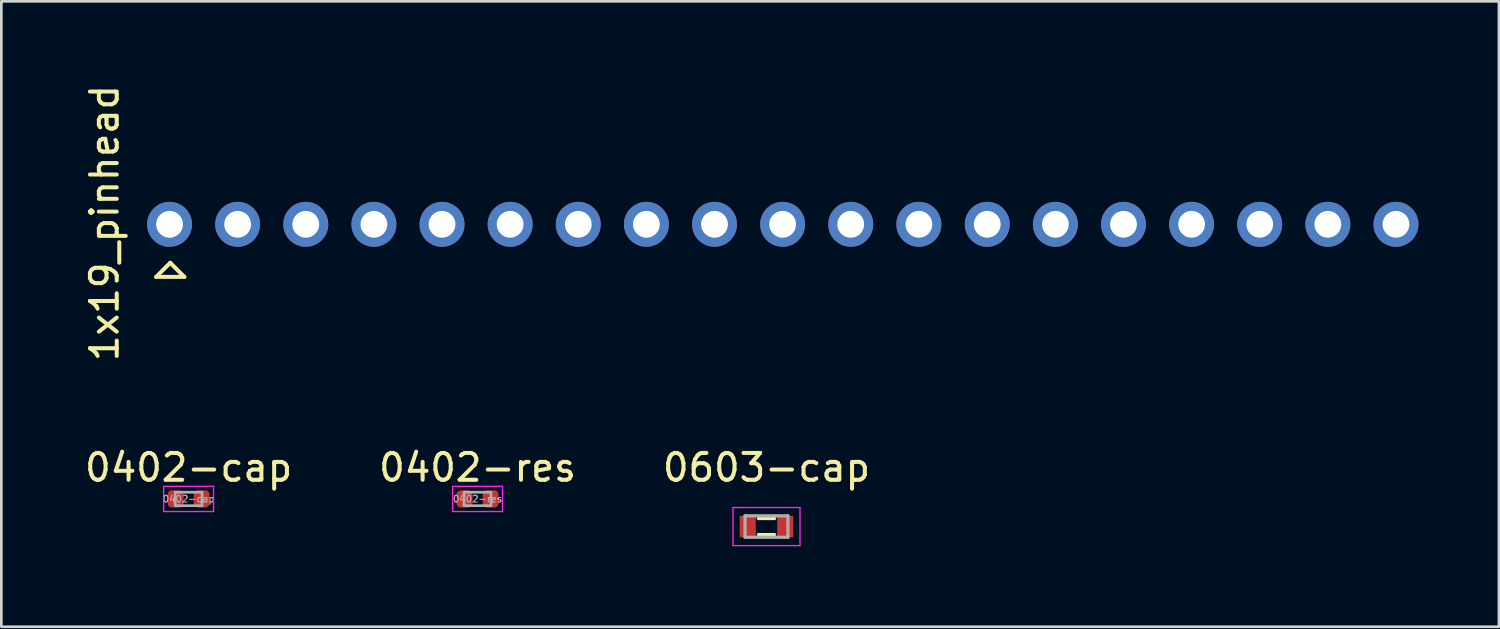
<source format=kicad_pcb>
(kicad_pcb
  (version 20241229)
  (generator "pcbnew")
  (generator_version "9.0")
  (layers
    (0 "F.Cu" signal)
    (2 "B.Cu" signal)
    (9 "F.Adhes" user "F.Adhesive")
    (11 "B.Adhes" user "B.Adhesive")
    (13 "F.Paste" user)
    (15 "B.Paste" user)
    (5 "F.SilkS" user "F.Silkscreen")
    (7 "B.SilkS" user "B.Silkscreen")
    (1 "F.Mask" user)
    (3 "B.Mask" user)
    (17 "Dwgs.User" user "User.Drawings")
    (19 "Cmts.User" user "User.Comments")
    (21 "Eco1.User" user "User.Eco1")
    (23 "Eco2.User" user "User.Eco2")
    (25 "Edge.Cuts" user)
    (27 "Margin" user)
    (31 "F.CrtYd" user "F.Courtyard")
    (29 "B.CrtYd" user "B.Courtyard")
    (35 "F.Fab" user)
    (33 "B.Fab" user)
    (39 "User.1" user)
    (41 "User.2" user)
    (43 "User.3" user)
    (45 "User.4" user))
  (footprint "1x19_pinhead"
    (layer "F.Cu")
    (at 3.258 5.338)
    (property "Reference" "1x19_pinhead" (at -2.41 -0.07 90) (layer "F.SilkS") (effects (font (size 1 1) (thickness 0.15))))
    (attr through_hole)
    (fp_line (start -0.486 1.936) (end 0.564 1.936) (stroke (width 0.15) (type solid)) (layer "F.SilkS"))
    (fp_line (start 0.039 1.411) (end -0.486 1.936) (stroke (width 0.15) (type solid)) (layer "F.SilkS"))
    (fp_line (start 0.564 1.936) (end 0.039 1.411) (stroke (width 0.15) (type solid)) (layer "F.SilkS"))
    (fp_poly (pts (xy -0.24 0.23) (xy 0.268 0.23) (xy 0.268 -0.278) (xy -0.24 -0.278)) (stroke (width 0.1) (type solid)) (fill no) (layer "F.Fab"))
    (fp_poly (pts (xy 2.3 0.23) (xy 2.808 0.23) (xy 2.808 -0.278) (xy 2.3 -0.278)) (stroke (width 0.1) (type solid)) (fill no) (layer "F.Fab"))
    (fp_poly (pts (xy 4.84 0.23) (xy 5.348 0.23) (xy 5.348 -0.278) (xy 4.84 -0.278)) (stroke (width 0.1) (type solid)) (fill no) (layer "F.Fab"))
    (fp_poly (pts (xy 7.38 0.23) (xy 7.888 0.23) (xy 7.888 -0.278) (xy 7.38 -0.278)) (stroke (width 0.1) (type solid)) (fill no) (layer "F.Fab"))
    (fp_poly (pts (xy 9.92 0.23) (xy 10.428 0.23) (xy 10.428 -0.278) (xy 9.92 -0.278)) (stroke (width 0.1) (type solid)) (fill no) (layer "F.Fab"))
    (fp_poly (pts (xy 12.46 0.23) (xy 12.968 0.23) (xy 12.968 -0.278) (xy 12.46 -0.278)) (stroke (width 0.1) (type solid)) (fill no) (layer "F.Fab"))
    (fp_poly (pts (xy 15 0.23) (xy 15.508 0.23) (xy 15.508 -0.278) (xy 15 -0.278)) (stroke (width 0.1) (type solid)) (fill no) (layer "F.Fab"))
    (fp_poly (pts (xy 17.54 0.23) (xy 18.048 0.23) (xy 18.048 -0.278) (xy 17.54 -0.278)) (stroke (width 0.1) (type solid)) (fill no) (layer "F.Fab"))
    (fp_poly (pts (xy 20.08 0.23) (xy 20.588 0.23) (xy 20.588 -0.278) (xy 20.08 -0.278)) (stroke (width 0.1) (type solid)) (fill no) (layer "F.Fab"))
    (fp_poly (pts (xy 22.62 0.23) (xy 23.128 0.23) (xy 23.128 -0.278) (xy 22.62 -0.278)) (stroke (width 0.1) (type solid)) (fill no) (layer "F.Fab"))
    (fp_poly (pts (xy 25.16 0.23) (xy 25.668 0.23) (xy 25.668 -0.278) (xy 25.16 -0.278)) (stroke (width 0.1) (type solid)) (fill no) (layer "F.Fab"))
    (fp_poly (pts (xy 27.7 0.23) (xy 28.208 0.23) (xy 28.208 -0.278) (xy 27.7 -0.278)) (stroke (width 0.1) (type solid)) (fill no) (layer "F.Fab"))
    (fp_poly (pts (xy 30.25 0.23) (xy 30.758 0.23) (xy 30.758 -0.278) (xy 30.25 -0.278)) (stroke (width 0.1) (type solid)) (fill no) (layer "F.Fab"))
    (fp_poly (pts (xy 32.79 0.23) (xy 33.298 0.23) (xy 33.298 -0.278) (xy 32.79 -0.278)) (stroke (width 0.1) (type solid)) (fill no) (layer "F.Fab"))
    (fp_poly (pts (xy 35.33 0.23) (xy 35.838 0.23) (xy 35.838 -0.278) (xy 35.33 -0.278)) (stroke (width 0.1) (type solid)) (fill no) (layer "F.Fab"))
    (fp_poly (pts (xy 37.87 0.23) (xy 38.378 0.23) (xy 38.378 -0.278) (xy 37.87 -0.278)) (stroke (width 0.1) (type solid)) (fill no) (layer "F.Fab"))
    (fp_poly (pts (xy 40.41 0.23) (xy 40.918 0.23) (xy 40.918 -0.278) (xy 40.41 -0.278)) (stroke (width 0.1) (type solid)) (fill no) (layer "F.Fab"))
    (fp_poly (pts (xy 42.95 0.23) (xy 43.458 0.23) (xy 43.458 -0.278) (xy 42.95 -0.278)) (stroke (width 0.1) (type solid)) (fill no) (layer "F.Fab"))
    (fp_poly (pts (xy 45.49 0.23) (xy 45.998 0.23) (xy 45.998 -0.278) (xy 45.49 -0.278)) (stroke (width 0.1) (type solid)) (fill no) (layer "F.Fab"))
    (pad "1" thru_hole circle (at 0.014 -0.024 90) (size 1.676 1.676) (drill 1) (layers "*.Cu" "*.Mask"))
    (pad "2" thru_hole circle (at 2.554 -0.024 90) (size 1.676 1.676) (drill 1) (layers "*.Cu" "*.Mask"))
    (pad "3" thru_hole circle (at 5.094 -0.024 90) (size 1.676 1.676) (drill 1) (layers "*.Cu" "*.Mask"))
    (pad "4" thru_hole circle (at 7.634 -0.024 90) (size 1.676 1.676) (drill 1) (layers "*.Cu" "*.Mask"))
    (pad "5" thru_hole circle (at 10.174 -0.024 90) (size 1.676 1.676) (drill 1) (layers "*.Cu" "*.Mask"))
    (pad "6" thru_hole circle (at 12.714 -0.024 90) (size 1.676 1.676) (drill 1) (layers "*.Cu" "*.Mask"))
    (pad "7" thru_hole circle (at 15.254 -0.024 90) (size 1.676 1.676) (drill 1) (layers "*.Cu" "*.Mask"))
    (pad "8" thru_hole circle (at 17.794 -0.024 90) (size 1.676 1.676) (drill 1) (layers "*.Cu" "*.Mask"))
    (pad "9" thru_hole circle (at 20.334 -0.024 90) (size 1.676 1.676) (drill 1) (layers "*.Cu" "*.Mask"))
    (pad "10" thru_hole circle (at 22.874 -0.024 90) (size 1.676 1.676) (drill 1) (layers "*.Cu" "*.Mask"))
    (pad "11" thru_hole circle (at 25.414 -0.024 90) (size 1.676 1.676) (drill 1) (layers "*.Cu" "*.Mask"))
    (pad "12" thru_hole circle (at 27.954 -0.024 90) (size 1.676 1.676) (drill 1) (layers "*.Cu" "*.Mask"))
    (pad "13" thru_hole circle (at 30.504 -0.024 90) (size 1.676 1.676) (drill 1) (layers "*.Cu" "*.Mask"))
    (pad "14" thru_hole circle (at 33.044 -0.024 90) (size 1.676 1.676) (drill 1) (layers "*.Cu" "*.Mask"))
    (pad "15" thru_hole circle (at 35.584 -0.024 90) (size 1.676 1.676) (drill 1) (layers "*.Cu" "*.Mask"))
    (pad "16" thru_hole circle (at 38.124 -0.024 90) (size 1.676 1.676) (drill 1) (layers "*.Cu" "*.Mask"))
    (pad "17" thru_hole circle (at 40.664 -0.024 90) (size 1.676 1.676) (drill 1) (layers "*.Cu" "*.Mask"))
    (pad "18" thru_hole circle (at 43.204 -0.024 90) (size 1.676 1.676) (drill 1) (layers "*.Cu" "*.Mask"))
    (pad "19" thru_hole circle (at 45.744 -0.024 90) (size 1.676 1.676) (drill 1) (layers "*.Cu" "*.Mask")))
  (footprint "0402-cap"
    (layer "F.Cu")
    (at 3.982 15.554)
    (property "Reference" "0402-cap" (at 0 -1.17 0) (layer "F.SilkS") (effects (font (size 1 1) (thickness 0.15))))
    (attr smd)
    (fp_line (start -0.93 -0.47) (end 0.93 -0.47) (stroke (width 0.05) (type solid)) (layer "F.CrtYd"))
    (fp_line (start -0.93 0.47) (end -0.93 -0.47) (stroke (width 0.05) (type solid)) (layer "F.CrtYd"))
    (fp_line (start 0.93 -0.47) (end 0.93 0.47) (stroke (width 0.05) (type solid)) (layer "F.CrtYd"))
    (fp_line (start 0.93 0.47) (end -0.93 0.47) (stroke (width 0.05) (type solid)) (layer "F.CrtYd"))
    (fp_line (start -0.5 -0.25) (end 0.5 -0.25) (stroke (width 0.1) (type solid)) (layer "F.Fab"))
    (fp_line (start -0.5 0.25) (end -0.5 -0.25) (stroke (width 0.1) (type solid)) (layer "F.Fab"))
    (fp_line (start 0.5 -0.25) (end 0.5 0.25) (stroke (width 0.1) (type solid)) (layer "F.Fab"))
    (fp_line (start 0.5 0.25) (end -0.5 0.25) (stroke (width 0.1) (type solid)) (layer "F.Fab"))
    (fp_text user "${REFERENCE}" (at 0 0 0) (layer "F.Fab") (effects (font (size 0.25 0.25) (thickness 0.04))))
    (pad "1" smd roundrect (at -0.485 0) (size 0.59 0.64) (layers "F.Cu" "F.Mask" "F.Paste") (roundrect_rratio 0.25))
    (pad "2" smd roundrect (at 0.485 0) (size 0.59 0.64) (layers "F.Cu" "F.Mask" "F.Paste") (roundrect_rratio 0.25)))
  (footprint "0603-cap"
    (layer "F.Cu")
    (at 25.53 16.584)
    (property "Reference" "0603-cap" (at 0 -2.2 0) (layer "F.SilkS") (effects (font (size 1 1) (thickness 0.15))))
    (attr smd)
    (fp_line (start -0.3 -0.3) (end 0.3 -0.3) (stroke (width 0.12) (type solid)) (layer "F.SilkS"))
    (fp_line (start -0.3 0.3) (end 0.3 0.3) (stroke (width 0.12) (type solid)) (layer "F.SilkS"))
    (fp_line (start -1.25 0.71) (end -1.25 -0.71) (stroke (width 0.05) (type solid)) (layer "F.CrtYd"))
    (fp_line (start -1.11 -0.71) (end -1.25 -0.71) (stroke (width 0.05) (type solid)) (layer "F.CrtYd"))
    (fp_line (start -1.11 -0.71) (end 1.11 -0.71) (stroke (width 0.05) (type solid)) (layer "F.CrtYd"))
    (fp_line (start -1.11 0.71) (end -1.25 0.71) (stroke (width 0.05) (type solid)) (layer "F.CrtYd"))
    (fp_line (start 1.11 -0.71) (end 1.25 -0.71) (stroke (width 0.05) (type solid)) (layer "F.CrtYd"))
    (fp_line (start 1.11 0.71) (end -1.11 0.71) (stroke (width 0.05) (type solid)) (layer "F.CrtYd"))
    (fp_line (start 1.11 0.71) (end 1.25 0.71) (stroke (width 0.05) (type solid)) (layer "F.CrtYd"))
    (fp_line (start 1.25 -0.71) (end 1.25 0.71) (stroke (width 0.05) (type solid)) (layer "F.CrtYd"))
    (fp_line (start -0.8 -0.4) (end -0.8 0.4) (stroke (width 0.12) (type solid)) (layer "F.Fab"))
    (fp_line (start -0.8 0.4) (end 0.8 0.4) (stroke (width 0.12) (type solid)) (layer "F.Fab"))
    (fp_line (start 0.8 -0.4) (end -0.8 -0.4) (stroke (width 0.12) (type solid)) (layer "F.Fab"))
    (fp_line (start 0.8 0.4) (end 0.8 -0.4) (stroke (width 0.12) (type solid)) (layer "F.Fab"))
    (pad "1" smd rect (at -0.7 0) (size 0.6 0.8) (layers "F.Cu" "F.Mask" "F.Paste"))
    (pad "2" smd rect (at 0.7 0) (size 0.6 0.8) (layers "F.Cu" "F.Mask" "F.Paste")))
  (footprint "0402-res"
    (layer "F.Cu")
    (at 14.756 15.554)
    (property "Reference" "0402-res" (at 0 -1.17 0) (layer "F.SilkS") (effects (font (size 1 1) (thickness 0.15))))
    (attr smd)
    (fp_line (start -0.93 -0.47) (end 0.93 -0.47) (stroke (width 0.05) (type solid)) (layer "F.CrtYd"))
    (fp_line (start -0.93 0.47) (end -0.93 -0.47) (stroke (width 0.05) (type solid)) (layer "F.CrtYd"))
    (fp_line (start 0.93 -0.47) (end 0.93 0.47) (stroke (width 0.05) (type solid)) (layer "F.CrtYd"))
    (fp_line (start 0.93 0.47) (end -0.93 0.47) (stroke (width 0.05) (type solid)) (layer "F.CrtYd"))
    (fp_line (start -0.5 -0.25) (end 0.5 -0.25) (stroke (width 0.1) (type solid)) (layer "F.Fab"))
    (fp_line (start -0.5 0.25) (end -0.5 -0.25) (stroke (width 0.1) (type solid)) (layer "F.Fab"))
    (fp_line (start 0.5 -0.25) (end 0.5 0.25) (stroke (width 0.1) (type solid)) (layer "F.Fab"))
    (fp_line (start 0.5 0.25) (end -0.5 0.25) (stroke (width 0.1) (type solid)) (layer "F.Fab"))
    (fp_text user "${REFERENCE}" (at 0 0 0) (layer "F.Fab") (effects (font (size 0.25 0.25) (thickness 0.04))))
    (pad "1" smd roundrect (at -0.485 0) (size 0.59 0.64) (layers "F.Cu" "F.Mask" "F.Paste") (roundrect_rratio 0.25))
    (pad "2" smd roundrect (at 0.485 0) (size 0.59 0.64) (layers "F.Cu" "F.Mask" "F.Paste") (roundrect_rratio 0.25)))
  (gr_rect
    (start -3 -3)
    (end 52.84 20.319)
    (stroke (width 0.1) (type default))
    (fill no)
    (layer "Edge.Cuts")))
</source>
